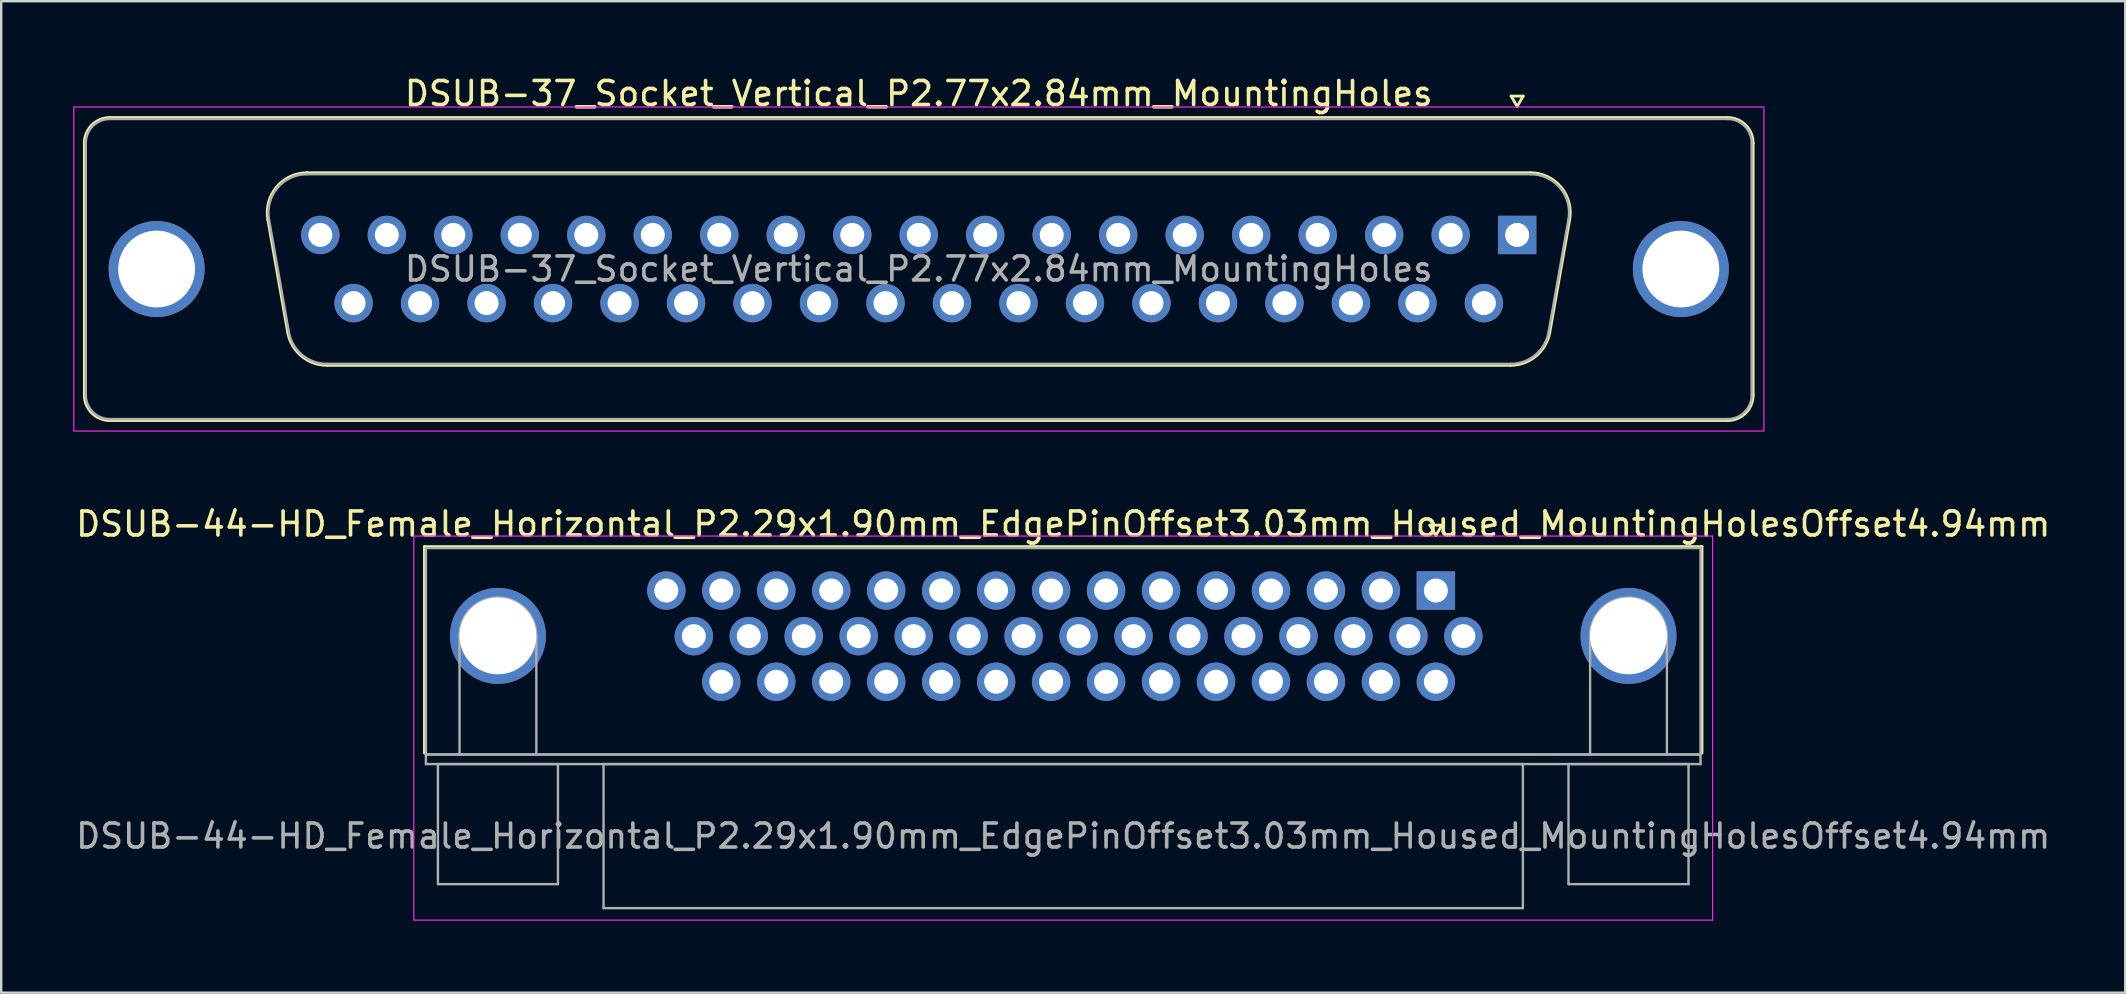
<source format=kicad_pcb>
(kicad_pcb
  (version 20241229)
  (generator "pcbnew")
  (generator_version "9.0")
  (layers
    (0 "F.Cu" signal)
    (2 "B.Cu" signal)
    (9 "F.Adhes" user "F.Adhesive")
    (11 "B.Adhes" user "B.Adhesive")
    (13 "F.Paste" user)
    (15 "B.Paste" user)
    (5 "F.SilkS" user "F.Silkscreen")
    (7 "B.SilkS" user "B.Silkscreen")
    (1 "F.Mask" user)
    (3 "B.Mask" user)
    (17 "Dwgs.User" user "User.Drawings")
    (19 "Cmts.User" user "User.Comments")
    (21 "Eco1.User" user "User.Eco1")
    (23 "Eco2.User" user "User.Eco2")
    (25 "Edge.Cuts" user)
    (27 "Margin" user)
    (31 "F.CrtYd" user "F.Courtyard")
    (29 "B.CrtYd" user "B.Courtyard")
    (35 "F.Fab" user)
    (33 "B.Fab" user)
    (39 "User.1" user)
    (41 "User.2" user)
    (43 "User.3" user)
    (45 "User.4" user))
  (footprint "DSUB-44-HD_Female_Horizontal_P2.29x1.90mm_EdgePinOffset3.03mm_Housed_MountingHolesOffset4.94mm"
    (layer "F.Cu")
    (at 56.769 21.552)
    (property "Reference" "DSUB-44-HD_Female_Horizontal_P2.29x1.90mm_EdgePinOffset3.03mm_Housed_MountingHolesOffset4.94mm" (at -15.525 -2.77 0) (layer "F.SilkS") (effects (font (size 1 1) (thickness 0.15))))
    (attr through_hole)
    (fp_line (start -42.135 -1.83) (end 11.085 -1.83) (stroke (width 0.12) (type solid)) (layer "F.SilkS"))
    (fp_line (start -42.135 6.77) (end -42.135 -1.83) (stroke (width 0.12) (type solid)) (layer "F.SilkS"))
    (fp_line (start -0.25 -2.724) (end 0.25 -2.724) (stroke (width 0.12) (type solid)) (layer "F.SilkS"))
    (fp_line (start 0 -2.291) (end -0.25 -2.724) (stroke (width 0.12) (type solid)) (layer "F.SilkS"))
    (fp_line (start 0.25 -2.724) (end 0 -2.291) (stroke (width 0.12) (type solid)) (layer "F.SilkS"))
    (fp_line (start 11.085 -1.83) (end 11.085 6.77) (stroke (width 0.12) (type solid)) (layer "F.SilkS"))
    (fp_line (start -42.58 -2.27) (end -42.58 13.73) (stroke (width 0.05) (type solid)) (layer "F.CrtYd"))
    (fp_line (start -42.58 13.73) (end 11.53 13.73) (stroke (width 0.05) (type solid)) (layer "F.CrtYd"))
    (fp_line (start 11.53 -2.27) (end -42.58 -2.27) (stroke (width 0.05) (type solid)) (layer "F.CrtYd"))
    (fp_line (start 11.53 13.73) (end 11.53 -2.27) (stroke (width 0.05) (type solid)) (layer "F.CrtYd"))
    (fp_line (start -42.075 -1.77) (end -42.075 6.83) (stroke (width 0.1) (type solid)) (layer "F.Fab"))
    (fp_line (start -42.075 6.83) (end -42.075 7.23) (stroke (width 0.1) (type solid)) (layer "F.Fab"))
    (fp_line (start -42.075 6.83) (end 11.025 6.83) (stroke (width 0.1) (type solid)) (layer "F.Fab"))
    (fp_line (start -42.075 7.23) (end 11.025 7.23) (stroke (width 0.1) (type solid)) (layer "F.Fab"))
    (fp_line (start -41.575 7.23) (end -41.575 12.23) (stroke (width 0.1) (type solid)) (layer "F.Fab"))
    (fp_line (start -41.575 12.23) (end -36.575 12.23) (stroke (width 0.1) (type solid)) (layer "F.Fab"))
    (fp_line (start -40.675 6.83) (end -40.675 1.89) (stroke (width 0.1) (type solid)) (layer "F.Fab"))
    (fp_line (start -37.475 6.83) (end -37.475 1.89) (stroke (width 0.1) (type solid)) (layer "F.Fab"))
    (fp_line (start -36.575 7.23) (end -41.575 7.23) (stroke (width 0.1) (type solid)) (layer "F.Fab"))
    (fp_line (start -36.575 12.23) (end -36.575 7.23) (stroke (width 0.1) (type solid)) (layer "F.Fab"))
    (fp_line (start -34.675 7.23) (end -34.675 13.23) (stroke (width 0.1) (type solid)) (layer "F.Fab"))
    (fp_line (start -34.675 13.23) (end 3.625 13.23) (stroke (width 0.1) (type solid)) (layer "F.Fab"))
    (fp_line (start 3.625 7.23) (end -34.675 7.23) (stroke (width 0.1) (type solid)) (layer "F.Fab"))
    (fp_line (start 3.625 13.23) (end 3.625 7.23) (stroke (width 0.1) (type solid)) (layer "F.Fab"))
    (fp_line (start 5.525 7.23) (end 5.525 12.23) (stroke (width 0.1) (type solid)) (layer "F.Fab"))
    (fp_line (start 5.525 12.23) (end 10.525 12.23) (stroke (width 0.1) (type solid)) (layer "F.Fab"))
    (fp_line (start 6.425 6.83) (end 6.425 1.89) (stroke (width 0.1) (type solid)) (layer "F.Fab"))
    (fp_line (start 9.625 6.83) (end 9.625 1.89) (stroke (width 0.1) (type solid)) (layer "F.Fab"))
    (fp_line (start 10.525 7.23) (end 5.525 7.23) (stroke (width 0.1) (type solid)) (layer "F.Fab"))
    (fp_line (start 10.525 12.23) (end 10.525 7.23) (stroke (width 0.1) (type solid)) (layer "F.Fab"))
    (fp_line (start 11.025 -1.77) (end -42.075 -1.77) (stroke (width 0.1) (type solid)) (layer "F.Fab"))
    (fp_line (start 11.025 6.83) (end -42.075 6.83) (stroke (width 0.1) (type solid)) (layer "F.Fab"))
    (fp_line (start 11.025 6.83) (end 11.025 -1.77) (stroke (width 0.1) (type solid)) (layer "F.Fab"))
    (fp_line (start 11.025 7.23) (end 11.025 6.83) (stroke (width 0.1) (type solid)) (layer "F.Fab"))
    (fp_arc (start -40.675 1.89) (mid -39.075 0.29) (end -37.475 1.89) (stroke (width 0.1) (type solid)) (layer "F.Fab"))
    (fp_arc (start 6.425 1.89) (mid 8.025 0.29) (end 9.625 1.89) (stroke (width 0.1) (type solid)) (layer "F.Fab"))
    (fp_text user "${REFERENCE}" (at -15.525 10.23 0) (layer "F.Fab") (effects (font (size 1 1) (thickness 0.15))))
    (pad "0" thru_hole circle (at -39.075 1.89) (size 4 4) (drill 3.2) (layers "*.Cu" "*.Mask"))
    (pad "0" thru_hole circle (at 8.025 1.89) (size 4 4) (drill 3.2) (layers "*.Cu" "*.Mask"))
    (pad "1" thru_hole rect (at 0 0) (size 1.6 1.6) (drill 1) (layers "*.Cu" "*.Mask"))
    (pad "2" thru_hole circle (at -2.29 0) (size 1.6 1.6) (drill 1) (layers "*.Cu" "*.Mask"))
    (pad "3" thru_hole circle (at -4.58 0) (size 1.6 1.6) (drill 1) (layers "*.Cu" "*.Mask"))
    (pad "4" thru_hole circle (at -6.87 0) (size 1.6 1.6) (drill 1) (layers "*.Cu" "*.Mask"))
    (pad "5" thru_hole circle (at -9.16 0) (size 1.6 1.6) (drill 1) (layers "*.Cu" "*.Mask"))
    (pad "6" thru_hole circle (at -11.45 0) (size 1.6 1.6) (drill 1) (layers "*.Cu" "*.Mask"))
    (pad "7" thru_hole circle (at -13.74 0) (size 1.6 1.6) (drill 1) (layers "*.Cu" "*.Mask"))
    (pad "8" thru_hole circle (at -16.03 0) (size 1.6 1.6) (drill 1) (layers "*.Cu" "*.Mask"))
    (pad "9" thru_hole circle (at -18.32 0) (size 1.6 1.6) (drill 1) (layers "*.Cu" "*.Mask"))
    (pad "10" thru_hole circle (at -20.61 0) (size 1.6 1.6) (drill 1) (layers "*.Cu" "*.Mask"))
    (pad "11" thru_hole circle (at -22.9 0) (size 1.6 1.6) (drill 1) (layers "*.Cu" "*.Mask"))
    (pad "12" thru_hole circle (at -25.19 0) (size 1.6 1.6) (drill 1) (layers "*.Cu" "*.Mask"))
    (pad "13" thru_hole circle (at -27.48 0) (size 1.6 1.6) (drill 1) (layers "*.Cu" "*.Mask"))
    (pad "14" thru_hole circle (at -29.77 0) (size 1.6 1.6) (drill 1) (layers "*.Cu" "*.Mask"))
    (pad "15" thru_hole circle (at -32.06 0) (size 1.6 1.6) (drill 1) (layers "*.Cu" "*.Mask"))
    (pad "16" thru_hole circle (at 1.145 1.9) (size 1.6 1.6) (drill 1) (layers "*.Cu" "*.Mask"))
    (pad "17" thru_hole circle (at -1.145 1.9) (size 1.6 1.6) (drill 1) (layers "*.Cu" "*.Mask"))
    (pad "18" thru_hole circle (at -3.435 1.9) (size 1.6 1.6) (drill 1) (layers "*.Cu" "*.Mask"))
    (pad "19" thru_hole circle (at -5.725 1.9) (size 1.6 1.6) (drill 1) (layers "*.Cu" "*.Mask"))
    (pad "20" thru_hole circle (at -8.015 1.9) (size 1.6 1.6) (drill 1) (layers "*.Cu" "*.Mask"))
    (pad "21" thru_hole circle (at -10.305 1.9) (size 1.6 1.6) (drill 1) (layers "*.Cu" "*.Mask"))
    (pad "22" thru_hole circle (at -12.595 1.9) (size 1.6 1.6) (drill 1) (layers "*.Cu" "*.Mask"))
    (pad "23" thru_hole circle (at -14.885 1.9) (size 1.6 1.6) (drill 1) (layers "*.Cu" "*.Mask"))
    (pad "24" thru_hole circle (at -17.175 1.9) (size 1.6 1.6) (drill 1) (layers "*.Cu" "*.Mask"))
    (pad "25" thru_hole circle (at -19.465 1.9) (size 1.6 1.6) (drill 1) (layers "*.Cu" "*.Mask"))
    (pad "26" thru_hole circle (at -21.755 1.9) (size 1.6 1.6) (drill 1) (layers "*.Cu" "*.Mask"))
    (pad "27" thru_hole circle (at -24.045 1.9) (size 1.6 1.6) (drill 1) (layers "*.Cu" "*.Mask"))
    (pad "28" thru_hole circle (at -26.335 1.9) (size 1.6 1.6) (drill 1) (layers "*.Cu" "*.Mask"))
    (pad "29" thru_hole circle (at -28.625 1.9) (size 1.6 1.6) (drill 1) (layers "*.Cu" "*.Mask"))
    (pad "30" thru_hole circle (at -30.915 1.9) (size 1.6 1.6) (drill 1) (layers "*.Cu" "*.Mask"))
    (pad "31" thru_hole circle (at 0 3.8) (size 1.6 1.6) (drill 1) (layers "*.Cu" "*.Mask"))
    (pad "32" thru_hole circle (at -2.29 3.8) (size 1.6 1.6) (drill 1) (layers "*.Cu" "*.Mask"))
    (pad "33" thru_hole circle (at -4.58 3.8) (size 1.6 1.6) (drill 1) (layers "*.Cu" "*.Mask"))
    (pad "34" thru_hole circle (at -6.87 3.8) (size 1.6 1.6) (drill 1) (layers "*.Cu" "*.Mask"))
    (pad "35" thru_hole circle (at -9.16 3.8) (size 1.6 1.6) (drill 1) (layers "*.Cu" "*.Mask"))
    (pad "36" thru_hole circle (at -11.45 3.8) (size 1.6 1.6) (drill 1) (layers "*.Cu" "*.Mask"))
    (pad "37" thru_hole circle (at -13.74 3.8) (size 1.6 1.6) (drill 1) (layers "*.Cu" "*.Mask"))
    (pad "38" thru_hole circle (at -16.03 3.8) (size 1.6 1.6) (drill 1) (layers "*.Cu" "*.Mask"))
    (pad "39" thru_hole circle (at -18.32 3.8) (size 1.6 1.6) (drill 1) (layers "*.Cu" "*.Mask"))
    (pad "40" thru_hole circle (at -20.61 3.8) (size 1.6 1.6) (drill 1) (layers "*.Cu" "*.Mask"))
    (pad "41" thru_hole circle (at -22.9 3.8) (size 1.6 1.6) (drill 1) (layers "*.Cu" "*.Mask"))
    (pad "42" thru_hole circle (at -25.19 3.8) (size 1.6 1.6) (drill 1) (layers "*.Cu" "*.Mask"))
    (pad "43" thru_hole circle (at -27.48 3.8) (size 1.6 1.6) (drill 1) (layers "*.Cu" "*.Mask"))
    (pad "44" thru_hole circle (at -29.77 3.8) (size 1.6 1.6) (drill 1) (layers "*.Cu" "*.Mask")))
  (footprint "DSUB-37_Socket_Vertical_P2.77x2.84mm_MountingHoles"
    (layer "F.Cu")
    (at 60.155 6.738)
    (property "Reference" "DSUB-37_Socket_Vertical_P2.77x2.84mm_MountingHoles" (at -24.93 -5.89 0) (layer "F.SilkS") (effects (font (size 1 1) (thickness 0.15))))
    (attr through_hole)
    (fp_line (start -59.69 6.67) (end -59.69 -3.83) (stroke (width 0.12) (type solid)) (layer "F.SilkS"))
    (fp_line (start -58.63 -4.89) (end 8.77 -4.89) (stroke (width 0.12) (type solid)) (layer "F.SilkS"))
    (fp_line (start -51.218 4.058) (end -52.046 -0.642) (stroke (width 0.12) (type solid)) (layer "F.SilkS"))
    (fp_line (start -50.412 -2.59) (end 0.552 -2.59) (stroke (width 0.12) (type solid)) (layer "F.SilkS"))
    (fp_line (start -0.277 5.43) (end -49.583 5.43) (stroke (width 0.12) (type solid)) (layer "F.SilkS"))
    (fp_line (start -0.25 -5.784) (end 0.25 -5.784) (stroke (width 0.12) (type solid)) (layer "F.SilkS"))
    (fp_line (start 0 -5.351) (end -0.25 -5.784) (stroke (width 0.12) (type solid)) (layer "F.SilkS"))
    (fp_line (start 0.25 -5.784) (end 0 -5.351) (stroke (width 0.12) (type solid)) (layer "F.SilkS"))
    (fp_line (start 2.186 -0.642) (end 1.358 4.058) (stroke (width 0.12) (type solid)) (layer "F.SilkS"))
    (fp_line (start 8.77 7.73) (end -58.63 7.73) (stroke (width 0.12) (type solid)) (layer "F.SilkS"))
    (fp_line (start 9.83 -3.83) (end 9.83 6.67) (stroke (width 0.12) (type solid)) (layer "F.SilkS"))
    (fp_arc (start -59.69 -3.83) (mid -59.379533 -4.579533) (end -58.63 -4.89) (stroke (width 0.12) (type solid)) (layer "F.SilkS"))
    (fp_arc (start -58.63 7.73) (mid -59.379533 7.419533) (end -59.69 6.67) (stroke (width 0.12) (type solid)) (layer "F.SilkS"))
    (fp_arc (start -52.04647 -0.641744) (mid -51.683323 -1.997027) (end -50.411689 -2.59) (stroke (width 0.12) (type solid)) (layer "F.SilkS"))
    (fp_arc (start -49.582952 5.43) (mid -50.64998 5.041634) (end -51.217733 4.058256) (stroke (width 0.12) (type solid)) (layer "F.SilkS"))
    (fp_arc (start 0.551689 -2.59) (mid 1.823323 -1.997027) (end 2.18647 -0.641744) (stroke (width 0.12) (type solid)) (layer "F.SilkS"))
    (fp_arc (start 1.357733 4.058256) (mid 0.78998 5.041634) (end -0.277048 5.43) (stroke (width 0.12) (type solid)) (layer "F.SilkS"))
    (fp_arc (start 8.77 -4.89) (mid 9.519533 -4.579533) (end 9.83 -3.83) (stroke (width 0.12) (type solid)) (layer "F.SilkS"))
    (fp_arc (start 9.83 6.67) (mid 9.519533 7.419533) (end 8.77 7.73) (stroke (width 0.12) (type solid)) (layer "F.SilkS"))
    (fp_rect (start -60.13 -5.33) (end 10.28 8.17) (stroke (width 0.05) (type solid)) (fill no) (layer "F.CrtYd"))
    (fp_line (start -59.63 6.67) (end -59.63 -3.83) (stroke (width 0.1) (type solid)) (layer "F.Fab"))
    (fp_line (start -58.63 -4.83) (end 8.77 -4.83) (stroke (width 0.1) (type solid)) (layer "F.Fab"))
    (fp_line (start -51.17 4.048) (end -51.999 -0.652) (stroke (width 0.1) (type solid)) (layer "F.Fab"))
    (fp_line (start -50.423 -2.53) (end 0.563 -2.53) (stroke (width 0.1) (type solid)) (layer "F.Fab"))
    (fp_line (start -0.266 5.37) (end -49.594 5.37) (stroke (width 0.1) (type solid)) (layer "F.Fab"))
    (fp_line (start 2.139 -0.652) (end 1.31 4.048) (stroke (width 0.1) (type solid)) (layer "F.Fab"))
    (fp_line (start 8.77 7.67) (end -58.63 7.67) (stroke (width 0.1) (type solid)) (layer "F.Fab"))
    (fp_line (start 9.77 -3.83) (end 9.77 6.67) (stroke (width 0.1) (type solid)) (layer "F.Fab"))
    (fp_arc (start -59.63 -3.83) (mid -59.337107 -4.537107) (end -58.63 -4.83) (stroke (width 0.1) (type solid)) (layer "F.Fab"))
    (fp_arc (start -58.63 7.67) (mid -59.337107 7.377107) (end -59.63 6.67) (stroke (width 0.1) (type solid)) (layer "F.Fab"))
    (fp_arc (start -51.998887 -0.652163) (mid -51.648865 -1.95846) (end -50.423194 -2.53) (stroke (width 0.1) (type solid)) (layer "F.Fab"))
    (fp_arc (start -49.594457 5.37) (mid -50.622918 4.995671) (end -51.17015 4.047837) (stroke (width 0.1) (type solid)) (layer "F.Fab"))
    (fp_arc (start 0.563194 -2.53) (mid 1.788865 -1.95846) (end 2.138887 -0.652163) (stroke (width 0.1) (type solid)) (layer "F.Fab"))
    (fp_arc (start 1.31015 4.047837) (mid 0.762918 4.995671) (end -0.265543 5.37) (stroke (width 0.1) (type solid)) (layer "F.Fab"))
    (fp_arc (start 8.77 -4.83) (mid 9.477107 -4.537107) (end 9.77 -3.83) (stroke (width 0.1) (type solid)) (layer "F.Fab"))
    (fp_arc (start 9.77 6.67) (mid 9.477107 7.377107) (end 8.77 7.67) (stroke (width 0.1) (type solid)) (layer "F.Fab"))
    (fp_text user "${REFERENCE}" (at -24.93 1.42 0) (layer "F.Fab") (effects (font (size 1 1) (thickness 0.15))))
    (pad "1" thru_hole rect (at 0 0) (size 1.6 1.6) (drill 1) (layers "*.Cu" "*.Mask"))
    (pad "2" thru_hole circle (at -2.77 0) (size 1.6 1.6) (drill 1) (layers "*.Cu" "*.Mask"))
    (pad "3" thru_hole circle (at -5.54 0) (size 1.6 1.6) (drill 1) (layers "*.Cu" "*.Mask"))
    (pad "4" thru_hole circle (at -8.31 0) (size 1.6 1.6) (drill 1) (layers "*.Cu" "*.Mask"))
    (pad "5" thru_hole circle (at -11.08 0) (size 1.6 1.6) (drill 1) (layers "*.Cu" "*.Mask"))
    (pad "6" thru_hole circle (at -13.85 0) (size 1.6 1.6) (drill 1) (layers "*.Cu" "*.Mask"))
    (pad "7" thru_hole circle (at -16.62 0) (size 1.6 1.6) (drill 1) (layers "*.Cu" "*.Mask"))
    (pad "8" thru_hole circle (at -19.39 0) (size 1.6 1.6) (drill 1) (layers "*.Cu" "*.Mask"))
    (pad "9" thru_hole circle (at -22.16 0) (size 1.6 1.6) (drill 1) (layers "*.Cu" "*.Mask"))
    (pad "10" thru_hole circle (at -24.93 0) (size 1.6 1.6) (drill 1) (layers "*.Cu" "*.Mask"))
    (pad "11" thru_hole circle (at -27.7 0) (size 1.6 1.6) (drill 1) (layers "*.Cu" "*.Mask"))
    (pad "12" thru_hole circle (at -30.47 0) (size 1.6 1.6) (drill 1) (layers "*.Cu" "*.Mask"))
    (pad "13" thru_hole circle (at -33.24 0) (size 1.6 1.6) (drill 1) (layers "*.Cu" "*.Mask"))
    (pad "14" thru_hole circle (at -36.01 0) (size 1.6 1.6) (drill 1) (layers "*.Cu" "*.Mask"))
    (pad "15" thru_hole circle (at -38.78 0) (size 1.6 1.6) (drill 1) (layers "*.Cu" "*.Mask"))
    (pad "16" thru_hole circle (at -41.55 0) (size 1.6 1.6) (drill 1) (layers "*.Cu" "*.Mask"))
    (pad "17" thru_hole circle (at -44.32 0) (size 1.6 1.6) (drill 1) (layers "*.Cu" "*.Mask"))
    (pad "18" thru_hole circle (at -47.09 0) (size 1.6 1.6) (drill 1) (layers "*.Cu" "*.Mask"))
    (pad "19" thru_hole circle (at -49.86 0) (size 1.6 1.6) (drill 1) (layers "*.Cu" "*.Mask"))
    (pad "20" thru_hole circle (at -1.385 2.84) (size 1.6 1.6) (drill 1) (layers "*.Cu" "*.Mask"))
    (pad "21" thru_hole circle (at -4.155 2.84) (size 1.6 1.6) (drill 1) (layers "*.Cu" "*.Mask"))
    (pad "22" thru_hole circle (at -6.925 2.84) (size 1.6 1.6) (drill 1) (layers "*.Cu" "*.Mask"))
    (pad "23" thru_hole circle (at -9.695 2.84) (size 1.6 1.6) (drill 1) (layers "*.Cu" "*.Mask"))
    (pad "24" thru_hole circle (at -12.465 2.84) (size 1.6 1.6) (drill 1) (layers "*.Cu" "*.Mask"))
    (pad "25" thru_hole circle (at -15.235 2.84) (size 1.6 1.6) (drill 1) (layers "*.Cu" "*.Mask"))
    (pad "26" thru_hole circle (at -18.005 2.84) (size 1.6 1.6) (drill 1) (layers "*.Cu" "*.Mask"))
    (pad "27" thru_hole circle (at -20.775 2.84) (size 1.6 1.6) (drill 1) (layers "*.Cu" "*.Mask"))
    (pad "28" thru_hole circle (at -23.545 2.84) (size 1.6 1.6) (drill 1) (layers "*.Cu" "*.Mask"))
    (pad "29" thru_hole circle (at -26.315 2.84) (size 1.6 1.6) (drill 1) (layers "*.Cu" "*.Mask"))
    (pad "30" thru_hole circle (at -29.085 2.84) (size 1.6 1.6) (drill 1) (layers "*.Cu" "*.Mask"))
    (pad "31" thru_hole circle (at -31.855 2.84) (size 1.6 1.6) (drill 1) (layers "*.Cu" "*.Mask"))
    (pad "32" thru_hole circle (at -34.625 2.84) (size 1.6 1.6) (drill 1) (layers "*.Cu" "*.Mask"))
    (pad "33" thru_hole circle (at -37.395 2.84) (size 1.6 1.6) (drill 1) (layers "*.Cu" "*.Mask"))
    (pad "34" thru_hole circle (at -40.165 2.84) (size 1.6 1.6) (drill 1) (layers "*.Cu" "*.Mask"))
    (pad "35" thru_hole circle (at -42.935 2.84) (size 1.6 1.6) (drill 1) (layers "*.Cu" "*.Mask"))
    (pad "36" thru_hole circle (at -45.705 2.84) (size 1.6 1.6) (drill 1) (layers "*.Cu" "*.Mask"))
    (pad "37" thru_hole circle (at -48.475 2.84) (size 1.6 1.6) (drill 1) (layers "*.Cu" "*.Mask"))
    (pad "SH" thru_hole circle (at -56.68 1.42) (size 4 4) (drill 3.2) (layers "*.Cu" "*.Mask"))
    (pad "SH" thru_hole circle (at 6.82 1.42) (size 4 4) (drill 3.2) (layers "*.Cu" "*.Mask")))
  (gr_rect
    (start -3 -3)
    (end 85.488 38.306)
    (stroke (width 0.1) (type default))
    (fill no)
    (layer "Edge.Cuts")))
</source>
